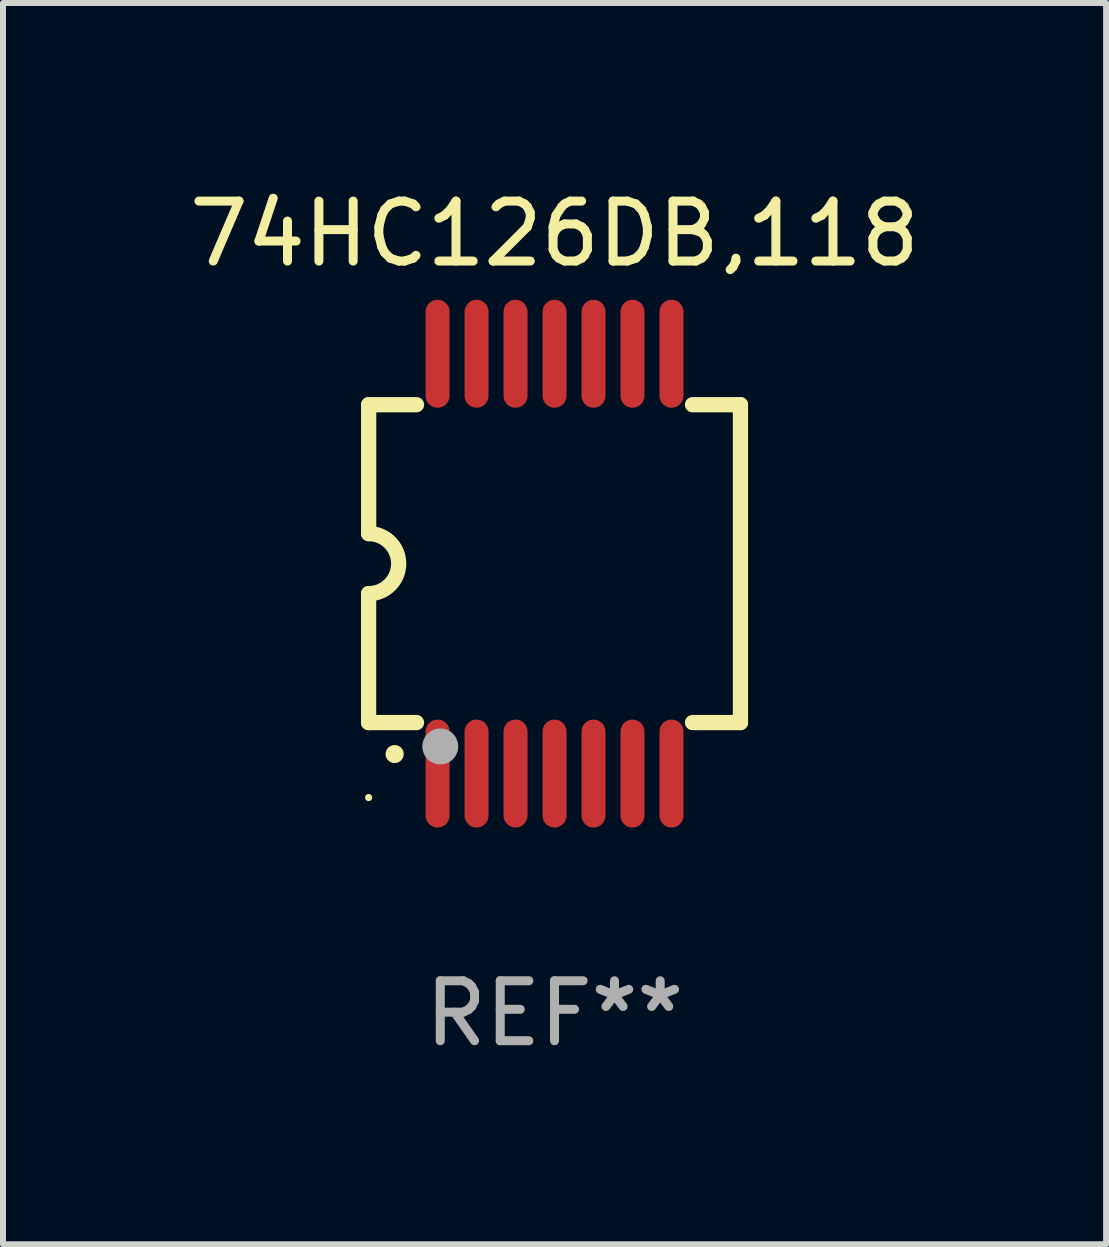
<source format=kicad_pcb>
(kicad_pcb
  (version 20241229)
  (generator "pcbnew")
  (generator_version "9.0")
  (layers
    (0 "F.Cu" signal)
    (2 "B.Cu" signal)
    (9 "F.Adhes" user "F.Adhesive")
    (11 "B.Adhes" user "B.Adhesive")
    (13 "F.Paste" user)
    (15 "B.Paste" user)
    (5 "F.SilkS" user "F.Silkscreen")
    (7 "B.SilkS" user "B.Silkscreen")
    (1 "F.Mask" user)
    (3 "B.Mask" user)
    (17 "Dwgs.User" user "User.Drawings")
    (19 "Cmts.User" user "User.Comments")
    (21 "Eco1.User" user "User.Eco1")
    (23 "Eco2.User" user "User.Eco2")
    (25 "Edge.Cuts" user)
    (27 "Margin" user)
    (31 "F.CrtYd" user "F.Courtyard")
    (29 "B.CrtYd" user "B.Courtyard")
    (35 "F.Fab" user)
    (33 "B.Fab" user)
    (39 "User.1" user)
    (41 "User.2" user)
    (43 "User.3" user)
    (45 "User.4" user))
  (footprint "74HC126DB,118"
    (layer "F.Cu")
    (at 6.196 6.348)
    (property "Reference" "74HC126DB,118" (at 0 -5.5 0) (layer "F.SilkS") (effects (font (size 1 1) (thickness 0.15))))
    (attr through_hole)
    (fp_line (start -3.1 2.65) (end -3.1 0.5) (stroke (width 0.254) (type solid)) (layer "F.SilkS"))
    (fp_line (start -3.099 -2.65) (end -2.301 -2.65) (stroke (width 0.254) (type solid)) (layer "F.SilkS"))
    (fp_line (start -3.099 -0.5) (end -3.099 -2.65) (stroke (width 0.254) (type solid)) (layer "F.SilkS"))
    (fp_line (start -2.301 2.65) (end -3.1 2.65) (stroke (width 0.254) (type solid)) (layer "F.SilkS"))
    (fp_line (start 2.301 -2.65) (end 3.1 -2.65) (stroke (width 0.254) (type solid)) (layer "F.SilkS"))
    (fp_line (start 3.1 -2.65) (end 3.1 2.65) (stroke (width 0.254) (type solid)) (layer "F.SilkS"))
    (fp_line (start 3.1 2.65) (end 2.301 2.65) (stroke (width 0.254) (type solid)) (layer "F.SilkS"))
    (fp_arc (start -3.098806 -0.500381) (mid -2.598806 0) (end -3.098806 0.500381) (stroke (width 0.254001) (type solid)) (layer "F.SilkS"))
    (fp_arc (start -2.667005 3.175006) (mid -2.665735 3.175001) (end -2.664465 3.175006) (stroke (width 0.3) (type solid)) (layer "F.SilkS"))
    (fp_circle (center -3.1 3.9) (end -3.07 3.9) (stroke (width 0.06) (type solid)) (fill no) (layer "F.SilkS"))
    (fp_circle (center -1.905 3.048) (end -1.755 3.048) (stroke (width 0.3) (type solid)) (fill no) (layer "F.Fab"))
    (fp_text user "REF**" (at 0 7.5 0) (layer "F.Fab") (effects (font (size 1 1) (thickness 0.15))))
    (pad "1" smd oval (at -1.95 3.5 270) (size 1.8 0.4) (layers "F.Cu" "F.Mask" "F.Paste"))
    (pad "2" smd oval (at -1.3 3.5 270) (size 1.8 0.4) (layers "F.Cu" "F.Mask" "F.Paste"))
    (pad "3" smd oval (at -0.65 3.5 270) (size 1.8 0.4) (layers "F.Cu" "F.Mask" "F.Paste"))
    (pad "4" smd oval (at 0 3.5 270) (size 1.8 0.4) (layers "F.Cu" "F.Mask" "F.Paste"))
    (pad "5" smd oval (at 0.65 3.5 270) (size 1.8 0.4) (layers "F.Cu" "F.Mask" "F.Paste"))
    (pad "6" smd oval (at 1.3 3.5 270) (size 1.8 0.4) (layers "F.Cu" "F.Mask" "F.Paste"))
    (pad "7" smd oval (at 1.95 3.5 270) (size 1.8 0.4) (layers "F.Cu" "F.Mask" "F.Paste"))
    (pad "8" smd oval (at 1.95 -3.5 90) (size 1.8 0.4) (layers "F.Cu" "F.Mask" "F.Paste"))
    (pad "9" smd oval (at 1.3 -3.5 90) (size 1.8 0.4) (layers "F.Cu" "F.Mask" "F.Paste"))
    (pad "10" smd oval (at 0.65 -3.5 90) (size 1.8 0.4) (layers "F.Cu" "F.Mask" "F.Paste"))
    (pad "11" smd oval (at 0 -3.5 90) (size 1.8 0.4) (layers "F.Cu" "F.Mask" "F.Paste"))
    (pad "12" smd oval (at -0.65 -3.5 90) (size 1.8 0.4) (layers "F.Cu" "F.Mask" "F.Paste"))
    (pad "13" smd oval (at -1.3 -3.5 90) (size 1.8 0.4) (layers "F.Cu" "F.Mask" "F.Paste"))
    (pad "14" smd oval (at -1.95 -3.5 90) (size 1.8 0.4) (layers "F.Cu" "F.Mask" "F.Paste")))
  (gr_rect
    (start -3 -3)
    (end 15.393 17.697)
    (stroke (width 0.1) (type default))
    (fill no)
    (layer "Edge.Cuts")))
</source>
